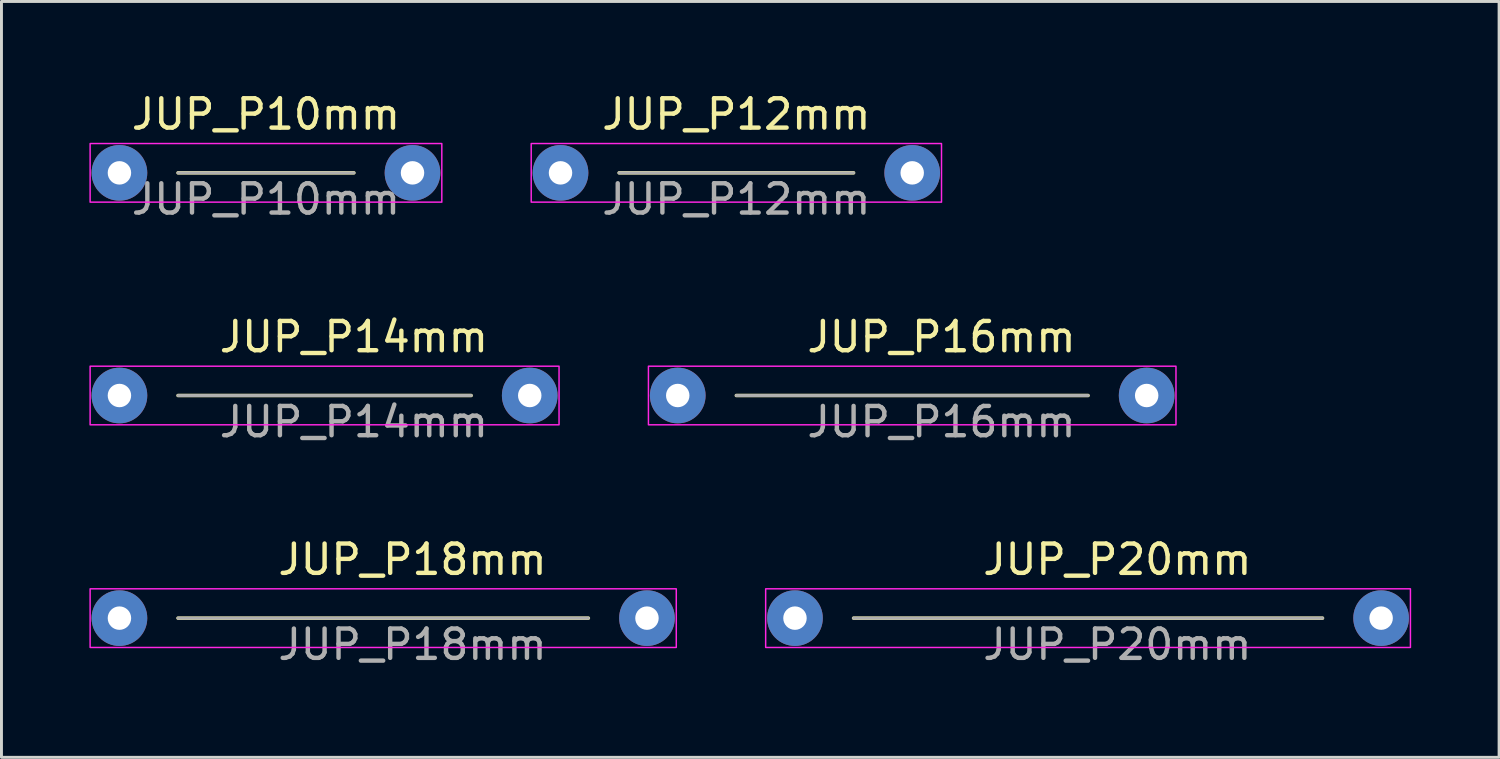
<source format=kicad_pcb>
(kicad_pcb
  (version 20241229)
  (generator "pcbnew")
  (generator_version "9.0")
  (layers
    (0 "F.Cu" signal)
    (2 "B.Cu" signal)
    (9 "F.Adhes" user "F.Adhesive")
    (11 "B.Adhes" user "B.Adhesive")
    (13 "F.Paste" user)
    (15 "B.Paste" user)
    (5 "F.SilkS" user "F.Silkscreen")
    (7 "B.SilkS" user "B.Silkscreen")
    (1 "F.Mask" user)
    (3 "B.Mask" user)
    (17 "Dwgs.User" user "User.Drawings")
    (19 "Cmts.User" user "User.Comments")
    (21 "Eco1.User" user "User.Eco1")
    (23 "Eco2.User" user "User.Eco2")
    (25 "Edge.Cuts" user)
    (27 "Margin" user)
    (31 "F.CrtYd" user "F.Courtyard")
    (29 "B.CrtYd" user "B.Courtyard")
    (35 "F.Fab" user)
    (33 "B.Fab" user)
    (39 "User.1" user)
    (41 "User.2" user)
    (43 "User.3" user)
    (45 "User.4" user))
  (footprint "JUP_P12mm"
    (layer "F.Cu")
    (at 22.075 2.848)
    (property "Reference" "JUP_P12mm" (at 0 -2 0) (unlocked yes) (layer "F.SilkS") (effects (font (size 1 1) (thickness 0.15))))
    (attr through_hole)
    (fp_line (start -4 0) (end 4 0) (stroke (width 0.12) (type solid)) (layer "F.SilkS"))
    (fp_rect (start -7 -1) (end 7 1) (stroke (width 0.05) (type solid)) (fill no) (layer "F.CrtYd"))
    (fp_line (start -4 0) (end 4 0) (stroke (width 0.1) (type solid)) (layer "F.Fab"))
    (fp_text user "${REFERENCE}" (at 0 0.9 0) (unlocked yes) (layer "F.Fab") (effects (font (size 1 1) (thickness 0.15))))
    (pad "1" thru_hole circle (at -6 0) (size 1.9 1.9) (drill 0.8) (layers "*.Cu" "*.Mask"))
    (pad "2" thru_hole circle (at 6 0) (size 1.9 1.9) (drill 0.8) (layers "*.Cu" "*.Mask")))
  (footprint "JUP_P18mm"
    (layer "F.Cu")
    (at 10.025 18.041)
    (property "Reference" "JUP_P18mm" (at 1 -2 0) (unlocked yes) (layer "F.SilkS") (effects (font (size 1 1) (thickness 0.15))))
    (attr through_hole)
    (fp_line (start -7 0) (end 7 0) (stroke (width 0.12) (type solid)) (layer "F.SilkS"))
    (fp_rect (start -10 -1) (end 10 1) (stroke (width 0.05) (type solid)) (fill no) (layer "F.CrtYd"))
    (fp_line (start -7 0) (end 7 0) (stroke (width 0.1) (type solid)) (layer "F.Fab"))
    (fp_text user "${REFERENCE}" (at 1 0.9 0) (unlocked yes) (layer "F.Fab") (effects (font (size 1 1) (thickness 0.15))))
    (pad "1" thru_hole circle (at -9 0) (size 1.9 1.9) (drill 0.8) (layers "*.Cu" "*.Mask"))
    (pad "2" thru_hole circle (at 9 0) (size 1.9 1.9) (drill 0.8) (layers "*.Cu" "*.Mask")))
  (footprint "JUP_P16mm"
    (layer "F.Cu")
    (at 28.075 10.445)
    (property "Reference" "JUP_P16mm" (at 1 -2 0) (unlocked yes) (layer "F.SilkS") (effects (font (size 1 1) (thickness 0.15))))
    (attr through_hole)
    (fp_line (start -6 0) (end 6 0) (stroke (width 0.12) (type solid)) (layer "F.SilkS"))
    (fp_rect (start -9 -1) (end 9 1) (stroke (width 0.05) (type solid)) (fill no) (layer "F.CrtYd"))
    (fp_line (start -6 0) (end 6 0) (stroke (width 0.1) (type solid)) (layer "F.Fab"))
    (fp_text user "${REFERENCE}" (at 1 0.9 0) (unlocked yes) (layer "F.Fab") (effects (font (size 1 1) (thickness 0.15))))
    (pad "1" thru_hole circle (at -8 0) (size 1.9 1.9) (drill 0.8) (layers "*.Cu" "*.Mask"))
    (pad "2" thru_hole circle (at 8 0) (size 1.9 1.9) (drill 0.8) (layers "*.Cu" "*.Mask")))
  (footprint "JUP_P10mm"
    (layer "F.Cu")
    (at 6.025 2.848)
    (property "Reference" "JUP_P10mm" (at 0 -2 0) (unlocked yes) (layer "F.SilkS") (effects (font (size 1 1) (thickness 0.15))))
    (attr through_hole)
    (fp_line (start -3 0) (end 3 0) (stroke (width 0.12) (type solid)) (layer "F.SilkS"))
    (fp_rect (start -6 -1) (end 6 1) (stroke (width 0.05) (type solid)) (fill no) (layer "F.CrtYd"))
    (fp_line (start -3 0) (end 3 0) (stroke (width 0.1) (type solid)) (layer "F.Fab"))
    (fp_text user "${REFERENCE}" (at 0 0.9 0) (unlocked yes) (layer "F.Fab") (effects (font (size 1 1) (thickness 0.15))))
    (pad "1" thru_hole circle (at -5 0) (size 1.9 1.9) (drill 0.8) (layers "*.Cu" "*.Mask"))
    (pad "2" thru_hole circle (at 5 0) (size 1.9 1.9) (drill 0.8) (layers "*.Cu" "*.Mask")))
  (footprint "JUP_P14mm"
    (layer "F.Cu")
    (at 8.025 10.445)
    (property "Reference" "JUP_P14mm" (at 1 -2 0) (unlocked yes) (layer "F.SilkS") (effects (font (size 1 1) (thickness 0.15))))
    (attr through_hole)
    (fp_line (start -5 0) (end 5 0) (stroke (width 0.12) (type solid)) (layer "F.SilkS"))
    (fp_rect (start -8 -1) (end 8 1) (stroke (width 0.05) (type solid)) (fill no) (layer "F.CrtYd"))
    (fp_line (start -5 0) (end 5 0) (stroke (width 0.1) (type solid)) (layer "F.Fab"))
    (fp_text user "${REFERENCE}" (at 1 0.9 0) (unlocked yes) (layer "F.Fab") (effects (font (size 1 1) (thickness 0.15))))
    (pad "1" thru_hole circle (at -7 0) (size 1.9 1.9) (drill 0.8) (layers "*.Cu" "*.Mask"))
    (pad "2" thru_hole circle (at 7 0) (size 1.9 1.9) (drill 0.8) (layers "*.Cu" "*.Mask")))
  (footprint "JUP_P20mm"
    (layer "F.Cu")
    (at 34.075 18.041)
    (property "Reference" "JUP_P20mm" (at 1 -2 0) (unlocked yes) (layer "F.SilkS") (effects (font (size 1 1) (thickness 0.15))))
    (attr through_hole)
    (fp_line (start -8 0) (end 8 0) (stroke (width 0.12) (type solid)) (layer "F.SilkS"))
    (fp_rect (start -11 -1) (end 11 1) (stroke (width 0.05) (type solid)) (fill no) (layer "F.CrtYd"))
    (fp_line (start -8 0) (end 8 0) (stroke (width 0.1) (type solid)) (layer "F.Fab"))
    (fp_text user "${REFERENCE}" (at 1 0.9 0) (unlocked yes) (layer "F.Fab") (effects (font (size 1 1) (thickness 0.15))))
    (pad "1" thru_hole circle (at -10 0) (size 1.9 1.9) (drill 0.8) (layers "*.Cu" "*.Mask"))
    (pad "2" thru_hole circle (at 10 0) (size 1.9 1.9) (drill 0.8) (layers "*.Cu" "*.Mask")))
  (gr_rect
    (start -3 -3)
    (end 48.1 22.79)
    (stroke (width 0.1) (type default))
    (fill no)
    (layer "Edge.Cuts")))
</source>
